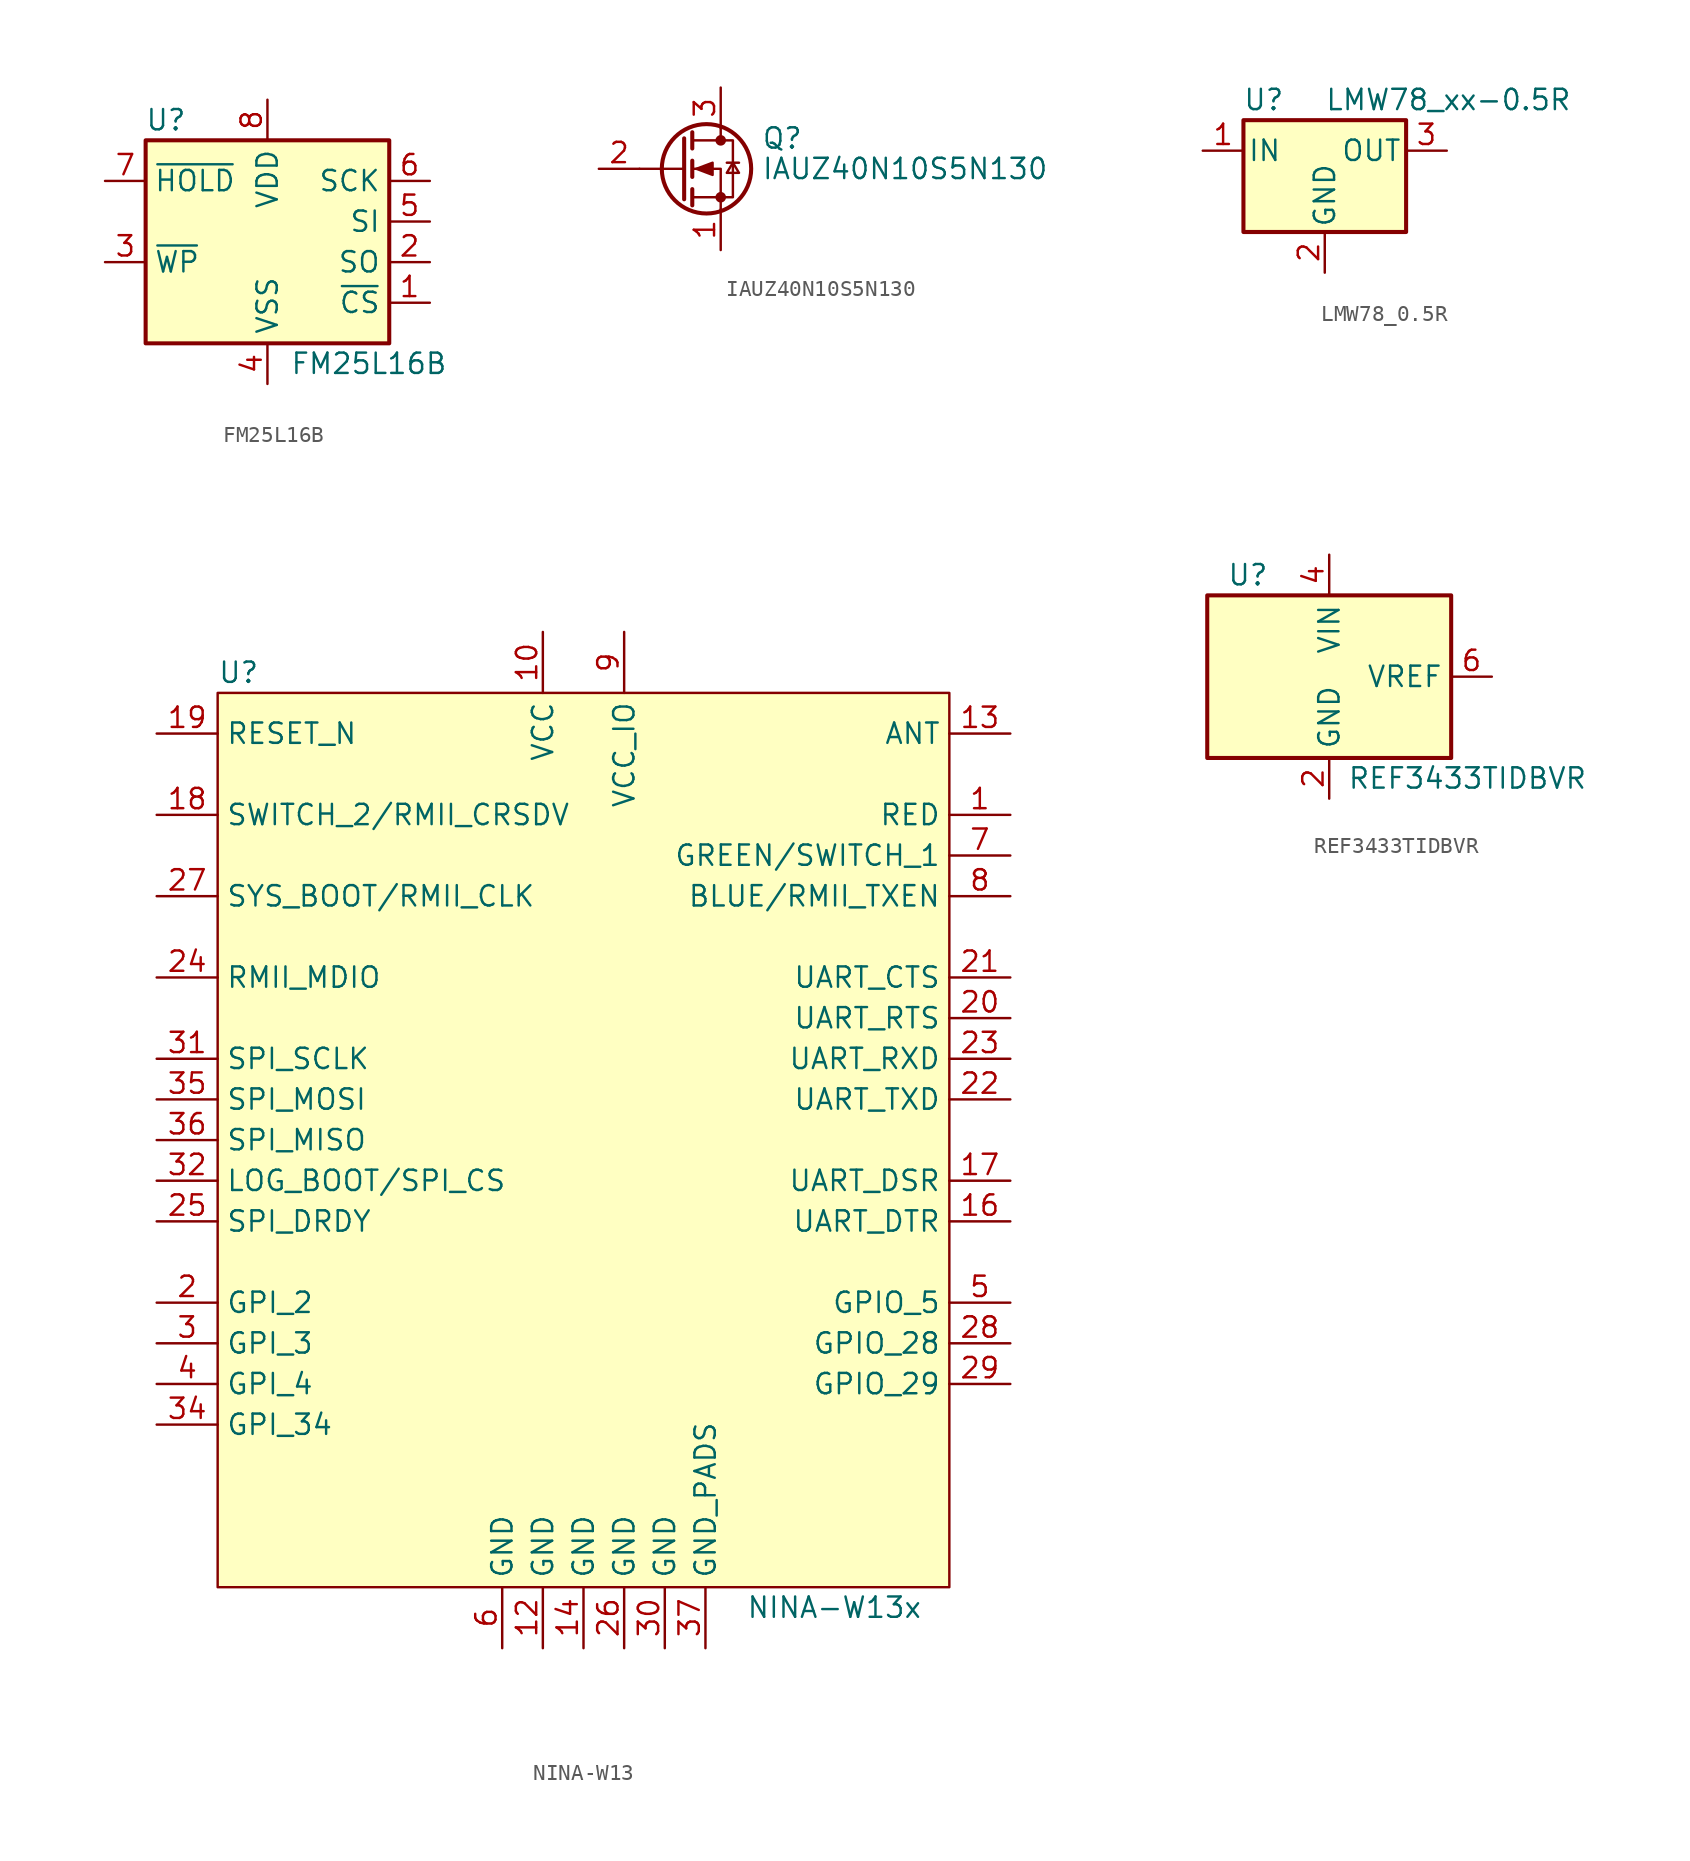
<source format=kicad_sym>
(kicad_symbol_lib
  (version 20241209)
  (generator "kicad_symbol_editor")
  (generator_version "9.0")
  (symbol "FM25L16B"
    (property "Reference" "U"
      (at -6.35 7.62 0)
      (effects (font (size 1.27 1.27))))
    (property "Value" "FM25L16B"
      (at 6.35 -7.62 0)
      (effects (font (size 1.27 1.27))))
    (symbol "FM25L16B_0_1"
      (rectangle (start -7.62 6.35) (end 7.62 -6.35) (stroke (width 0.254) (type default)) (fill (type background))))
    (symbol "FM25L16B_1_1"
      (pin input line (at -10.16 3.81 0) (length 2.54) (name "~{HOLD}" (effects (font (size 1.27 1.27)))) (number "7" (effects (font (size 1.27 1.27)))))
      (pin input line (at -10.16 -1.27 0) (length 2.54) (name "~{WP}" (effects (font (size 1.27 1.27)))) (number "3" (effects (font (size 1.27 1.27)))))
      (pin power_in line (at 0 8.89 270) (length 2.54) (name "VDD" (effects (font (size 1.27 1.27)))) (number "8" (effects (font (size 1.27 1.27)))))
      (pin power_in line (at 0 -8.89 90) (length 2.54) (name "VSS" (effects (font (size 1.27 1.27)))) (number "4" (effects (font (size 1.27 1.27)))))
      (pin input line (at 10.16 3.81 180) (length 2.54) (name "SCK" (effects (font (size 1.27 1.27)))) (number "6" (effects (font (size 1.27 1.27)))))
      (pin input line (at 10.16 1.27 180) (length 2.54) (name "SI" (effects (font (size 1.27 1.27)))) (number "5" (effects (font (size 1.27 1.27)))))
      (pin output line (at 10.16 -1.27 180) (length 2.54) (name "SO" (effects (font (size 1.27 1.27)))) (number "2" (effects (font (size 1.27 1.27)))))
      (pin input line (at 10.16 -3.81 180) (length 2.54) (name "~{CS}" (effects (font (size 1.27 1.27)))) (number "1" (effects (font (size 1.27 1.27)))))))
  (symbol "IAUZ40N10S5N130"
    (pin_names
      (offset 0)
      (hide yes))
    (property "Reference" "Q"
      (at 5.08 1.905 0)
      (effects (font (size 1.27 1.27)) (justify left)))
    (property "Value" "IAUZ40N10S5N130"
      (at 5.08 0 0)
      (effects (font (size 1.27 1.27)) (justify left)))
    (symbol "IAUZ40N10S5N130_0_1"
      (polyline (pts (xy 0.254 1.905) (xy 0.254 -1.905)) (stroke (width 0.254) (type default)) (fill (type none)))
      (polyline (pts (xy 0.254 0) (xy -2.54 0)) (stroke (width 0) (type default)) (fill (type none)))
      (polyline (pts (xy 0.762 2.286) (xy 0.762 1.27)) (stroke (width 0.254) (type default)) (fill (type none)))
      (polyline (pts (xy 0.762 0.508) (xy 0.762 -0.508)) (stroke (width 0.254) (type default)) (fill (type none)))
      (polyline (pts (xy 0.762 -1.27) (xy 0.762 -2.286)) (stroke (width 0.254) (type default)) (fill (type none)))
      (polyline (pts (xy 0.762 -1.778) (xy 3.302 -1.778) (xy 3.302 1.778) (xy 0.762 1.778)) (stroke (width 0) (type default)) (fill (type none)))
      (polyline (pts (xy 1.016 0) (xy 2.032 0.381) (xy 2.032 -0.381) (xy 1.016 0)) (stroke (width 0) (type default)) (fill (type outline)))
      (circle (center 1.651 0) (radius 2.794) (stroke (width 0.254) (type default)) (fill (type none)))
      (polyline (pts (xy 2.54 2.54) (xy 2.54 1.778)) (stroke (width 0) (type default)) (fill (type none)))
      (circle (center 2.54 1.778) (radius 0.254) (stroke (width 0) (type default)) (fill (type outline)))
      (circle (center 2.54 -1.778) (radius 0.254) (stroke (width 0) (type default)) (fill (type outline)))
      (polyline (pts (xy 2.54 -2.54) (xy 2.54 0) (xy 0.762 0)) (stroke (width 0) (type default)) (fill (type none)))
      (polyline (pts (xy 2.921 0.381) (xy 3.683 0.381)) (stroke (width 0) (type default)) (fill (type none)))
      (polyline (pts (xy 3.302 0.381) (xy 2.921 -0.254) (xy 3.683 -0.254) (xy 3.302 0.381)) (stroke (width 0) (type default)) (fill (type none))))
    (symbol "IAUZ40N10S5N130_1_1"
      (pin input line (at -5.08 0 0) (length 2.54) (name "G" (effects (font (size 1.27 1.27)))) (number "2" (effects (font (size 1.27 1.27)))))
      (pin passive line (at 2.54 5.08 270) (length 2.54) (name "D" (effects (font (size 1.27 1.27)))) (number "3" (effects (font (size 1.27 1.27)))))
      (pin passive line (at 2.54 -5.08 90) (length 2.54) (name "S" (effects (font (size 1.27 1.27)))) (number "1" (effects (font (size 1.27 1.27)))))))
  (symbol "LMW78_0.5R"
    (pin_names
      (offset 0.254))
    (property "Reference" "U"
      (at -3.81 3.175 0)
      (effects (font (size 1.27 1.27))))
    (property "Value" "LMW78_xx-0.5R"
      (at 0 3.175 0)
      (effects (font (size 1.27 1.27)) (justify left)))
    (symbol "LMW78_0.5R_0_1"
      (rectangle (start -5.08 1.905) (end 5.08 -5.08) (stroke (width 0.254) (type default)) (fill (type background))))
    (symbol "LMW78_0.5R_1_1"
      (pin power_in line (at -7.62 0 0) (length 2.54) (name "IN" (effects (font (size 1.27 1.27)))) (number "1" (effects (font (size 1.27 1.27)))))
      (pin power_in line (at 0 -7.62 90) (length 2.54) (name "GND" (effects (font (size 1.27 1.27)))) (number "2" (effects (font (size 1.27 1.27)))))
      (pin power_out line (at 7.62 0 180) (length 2.54) (name "OUT" (effects (font (size 1.27 1.27)))) (number "3" (effects (font (size 1.27 1.27)))))))
  (symbol "NINA-W13"
    (property "Reference" "U"
      (at -22.86 29.21 0)
      (effects (font (size 1.27 1.27)) (justify left)))
    (property "Value" "NINA-W13x"
      (at 10.16 -29.21 0)
      (effects (font (size 1.27 1.27)) (justify left)))
    (symbol "NINA-W13_1_1"
      (rectangle (start -22.86 27.94) (end 22.86 -27.94) (stroke (width 0) (type solid)) (fill (type background)))
      (pin input line (at -26.67 25.4 0) (length 3.81) (name "RESET_N" (effects (font (size 1.27 1.27)))) (number "19" (effects (font (size 1.27 1.27)))))
      (pin input line (at -26.67 20.32 0) (length 3.81) (name "SWITCH_2/RMII_CRSDV" (effects (font (size 1.27 1.27)))) (number "18" (effects (font (size 1.27 1.27)))))
      (pin bidirectional line (at -26.67 15.24 0) (length 3.81) (name "SYS_BOOT/RMII_CLK" (effects (font (size 1.27 1.27)))) (number "27" (effects (font (size 1.27 1.27)))))
      (pin bidirectional line (at -26.67 10.16 0) (length 3.81) (name "RMII_MDIO" (effects (font (size 1.27 1.27)))) (number "24" (effects (font (size 1.27 1.27)))))
      (pin input line (at -26.67 5.08 0) (length 3.81) (name "SPI_SCLK" (effects (font (size 1.27 1.27)))) (number "31" (effects (font (size 1.27 1.27)))))
      (pin input line (at -26.67 2.54 0) (length 3.81) (name "SPI_MOSI" (effects (font (size 1.27 1.27)))) (number "35" (effects (font (size 1.27 1.27)))))
      (pin output line (at -26.67 0 0) (length 3.81) (name "SPI_MISO" (effects (font (size 1.27 1.27)))) (number "36" (effects (font (size 1.27 1.27)))))
      (pin bidirectional line (at -26.67 -2.54 0) (length 3.81) (name "LOG_BOOT/SPI_CS" (effects (font (size 1.27 1.27)))) (number "32" (effects (font (size 1.27 1.27)))))
      (pin bidirectional line (at -26.67 -5.08 0) (length 3.81) (name "SPI_DRDY" (effects (font (size 1.27 1.27)))) (number "25" (effects (font (size 1.27 1.27)))) (alternate "RMII_MDCLK" bidirectional line))
      (pin input line (at -26.67 -10.16 0) (length 3.81) (name "GPI_2" (effects (font (size 1.27 1.27)))) (number "2" (effects (font (size 1.27 1.27)))))
      (pin input line (at -26.67 -12.7 0) (length 3.81) (name "GPI_3" (effects (font (size 1.27 1.27)))) (number "3" (effects (font (size 1.27 1.27)))))
      (pin input line (at -26.67 -15.24 0) (length 3.81) (name "GPI_4" (effects (font (size 1.27 1.27)))) (number "4" (effects (font (size 1.27 1.27)))))
      (pin input line (at -26.67 -17.78 0) (length 3.81) (name "GPI_34" (effects (font (size 1.27 1.27)))) (number "34" (effects (font (size 1.27 1.27)))))
      (pin power_in line (at -5.08 -31.75 90) (length 3.81) (name "GND" (effects (font (size 1.27 1.27)))) (number "6" (effects (font (size 1.27 1.27)))))
      (pin power_in line (at -2.54 31.75 270) (length 3.81) (name "VCC" (effects (font (size 1.27 1.27)))) (number "10" (effects (font (size 1.27 1.27)))))
      (pin power_in line (at -2.54 -31.75 90) (length 3.81) (name "GND" (effects (font (size 1.27 1.27)))) (number "12" (effects (font (size 1.27 1.27)))))
      (pin power_in line (at 0 -31.75 90) (length 3.81) (name "GND" (effects (font (size 1.27 1.27)))) (number "14" (effects (font (size 1.27 1.27)))))
      (pin power_in line (at 2.54 31.75 270) (length 3.81) (name "VCC_IO" (effects (font (size 1.27 1.27)))) (number "9" (effects (font (size 1.27 1.27)))))
      (pin power_in line (at 2.54 -31.75 90) (length 3.81) (name "GND" (effects (font (size 1.27 1.27)))) (number "26" (effects (font (size 1.27 1.27)))))
      (pin power_in line (at 5.08 -31.75 90) (length 3.81) (name "GND" (effects (font (size 1.27 1.27)))) (number "30" (effects (font (size 1.27 1.27)))))
      (pin power_in line (at 7.62 -31.75 90) (length 3.81) (name "GND_PADS" (effects (font (size 1.27 1.27)))) (number "37" (effects (font (size 1.27 1.27)))))
      (pin no_connect line (at 22.86 -20.32 180) (length 3.81) (hide yes) (name "RSVD" (effects (font (size 1.27 1.27)))) (number "11" (effects (font (size 1.27 1.27)))))
      (pin no_connect line (at 22.86 -22.86 180) (length 3.81) (hide yes) (name "RSVD" (effects (font (size 1.27 1.27)))) (number "15" (effects (font (size 1.27 1.27)))))
      (pin no_connect line (at 22.86 -25.4 180) (length 3.81) (hide yes) (name "RSVD" (effects (font (size 1.27 1.27)))) (number "33" (effects (font (size 1.27 1.27)))))
      (pin bidirectional line (at 26.67 25.4 180) (length 3.81) (name "ANT" (effects (font (size 1.27 1.27)))) (number "13" (effects (font (size 1.27 1.27)))))
      (pin output line (at 26.67 20.32 180) (length 3.81) (name "RED" (effects (font (size 1.27 1.27)))) (number "1" (effects (font (size 1.27 1.27)))))
      (pin bidirectional line (at 26.67 17.78 180) (length 3.81) (name "GREEN/SWITCH_1" (effects (font (size 1.27 1.27)))) (number "7" (effects (font (size 1.27 1.27)))))
      (pin output line (at 26.67 15.24 180) (length 3.81) (name "BLUE/RMII_TXEN" (effects (font (size 1.27 1.27)))) (number "8" (effects (font (size 1.27 1.27)))))
      (pin input line (at 26.67 10.16 180) (length 3.81) (name "UART_CTS" (effects (font (size 1.27 1.27)))) (number "21" (effects (font (size 1.27 1.27)))) (alternate "RMII_TXD0" bidirectional line))
      (pin output line (at 26.67 7.62 180) (length 3.81) (name "UART_RTS" (effects (font (size 1.27 1.27)))) (number "20" (effects (font (size 1.27 1.27)))) (alternate "RMII_TXD1" output line))
      (pin input line (at 26.67 5.08 180) (length 3.81) (name "UART_RXD" (effects (font (size 1.27 1.27)))) (number "23" (effects (font (size 1.27 1.27)))))
      (pin output line (at 26.67 2.54 180) (length 3.81) (name "UART_TXD" (effects (font (size 1.27 1.27)))) (number "22" (effects (font (size 1.27 1.27)))))
      (pin input line (at 26.67 -2.54 180) (length 3.81) (name "UART_DSR" (effects (font (size 1.27 1.27)))) (number "17" (effects (font (size 1.27 1.27)))) (alternate "RMII_RXD1" input line))
      (pin output line (at 26.67 -5.08 180) (length 3.81) (name "UART_DTR" (effects (font (size 1.27 1.27)))) (number "16" (effects (font (size 1.27 1.27)))) (alternate "RMII_RXD0" bidirectional line))
      (pin bidirectional line (at 26.67 -10.16 180) (length 3.81) (name "GPIO_5" (effects (font (size 1.27 1.27)))) (number "5" (effects (font (size 1.27 1.27)))))
      (pin bidirectional line (at 26.67 -12.7 180) (length 3.81) (name "GPIO_28" (effects (font (size 1.27 1.27)))) (number "28" (effects (font (size 1.27 1.27)))))
      (pin bidirectional line (at 26.67 -15.24 180) (length 3.81) (name "GPIO_29" (effects (font (size 1.27 1.27)))) (number "29" (effects (font (size 1.27 1.27)))))))
  (symbol "REF3433TIDBVR"
    (property "Reference" "U"
      (at -5.08 6.35 0)
      (effects (font (size 1.27 1.27))))
    (property "Value" "REF3433TIDBVR"
      (at 8.636 -6.35 0)
      (effects (font (size 1.27 1.27))))
    (symbol "REF3433TIDBVR_1_1"
      (rectangle (start -7.62 5.08) (end 7.62 -5.08) (stroke (width 0.254) (type default)) (fill (type background)))
      (pin no_connect line (at -7.62 2.54 0) (length 2.54) (hide yes) (name "NC" (effects (font (size 1.27 1.27)))) (number "1" (effects (font (size 1.27 1.27)))))
      (pin no_connect line (at -7.62 0 0) (length 2.54) (hide yes) (name "NC" (effects (font (size 1.27 1.27)))) (number "3" (effects (font (size 1.27 1.27)))))
      (pin no_connect line (at -7.62 -2.54 0) (length 2.54) (hide yes) (name "NC" (effects (font (size 1.27 1.27)))) (number "5" (effects (font (size 1.27 1.27)))))
      (pin power_in line (at 0 7.62 270) (length 2.54) (name "VIN" (effects (font (size 1.27 1.27)))) (number "4" (effects (font (size 1.27 1.27)))))
      (pin power_in line (at 0 -7.62 90) (length 2.54) (name "GND" (effects (font (size 1.27 1.27)))) (number "2" (effects (font (size 1.27 1.27)))))
      (pin power_out line (at 10.16 0 180) (length 2.54) (name "VREF" (effects (font (size 1.27 1.27)))) (number "6" (effects (font (size 1.27 1.27))))))))
</source>
